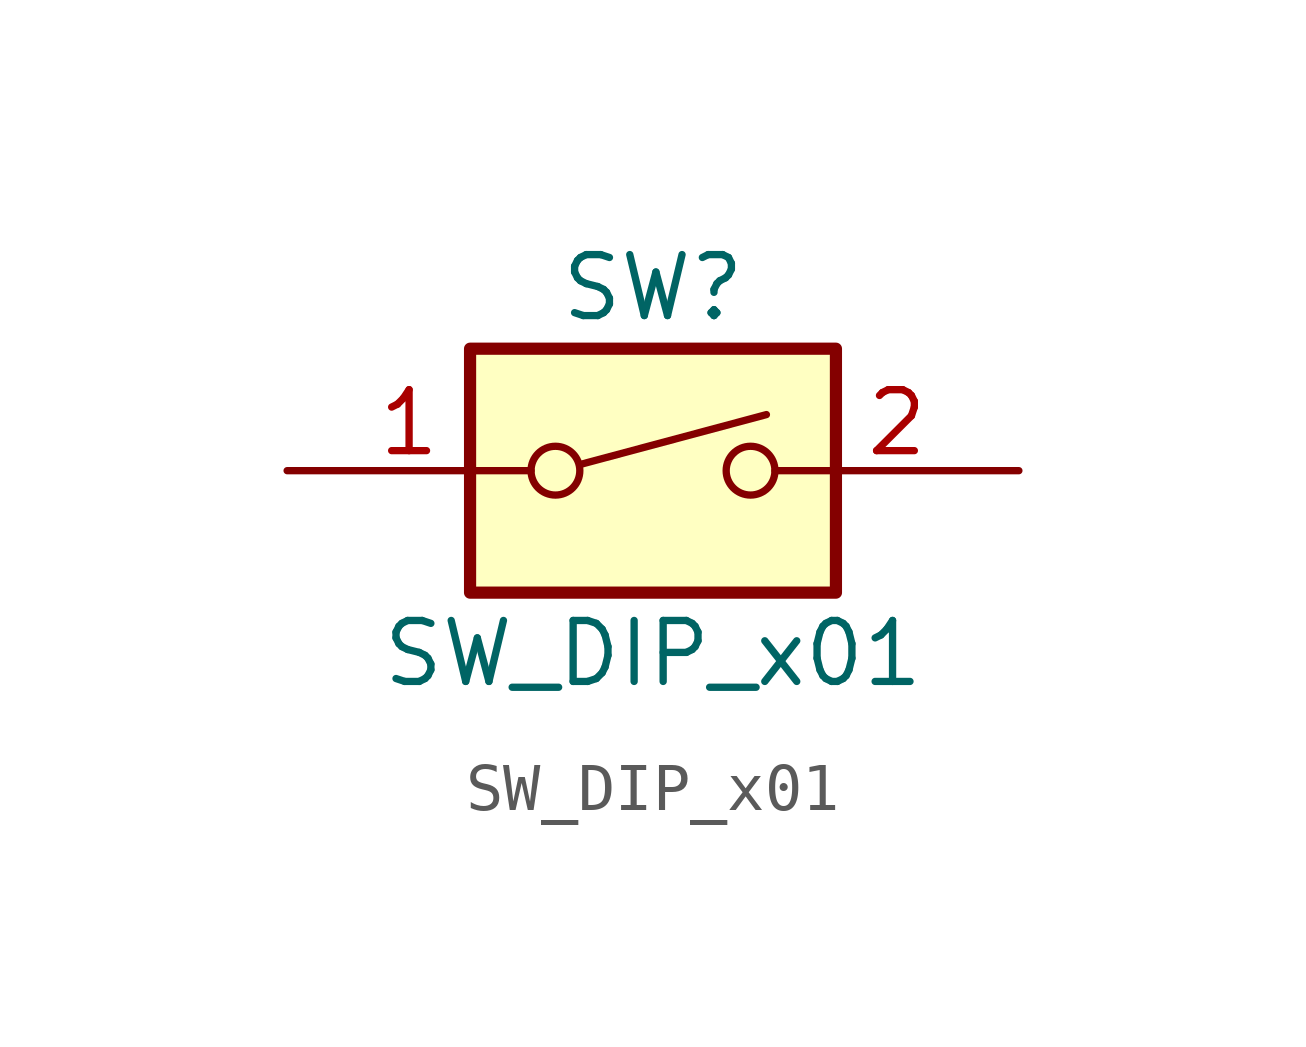
<source format=kicad_sym>
(kicad_symbol_lib
  (version 20220914)
  (generator kicad_symbol_editor)
  (symbol "SW_DIP_x01"
    (pin_names
      (offset 0) hide)
    (property "Reference" "SW"
      (at 21.59 -2.54 0)
      (effects (font (size 1.27 1.27))))
    (property "Value" "SW_DIP_x01"
      (at 21.59 -10.16 0)
      (effects (font (size 1.27 1.27))))
    (symbol "SW_DIP_x01_0_0"
      (polyline (pts (xy 20.066 -6.223) (xy 23.952 -5.182)) (stroke (width 0) (type default)) (fill (type none)))
      (circle (center 19.558 -6.35) (radius 0.508) (stroke (width 0) (type default)) (fill (type none)))
      (circle (center 23.622 -6.35) (radius 0.508) (stroke (width 0) (type default)) (fill (type none))))
    (symbol "SW_DIP_x01_0_1"
      (rectangle (start 17.78 -3.81) (end 25.4 -8.89) (stroke (width 0.254) (type default)) (fill (type background))))
    (symbol "SW_DIP_x01_1_1"
      (pin passive line (at 13.97 -6.35 0) (length 5.08) (name "~" (effects (font (size 1.27 1.27)))) (number "1" (effects (font (size 1.27 1.27)))))
      (pin passive line (at 29.21 -6.35 180) (length 5.08) (name "~" (effects (font (size 1.27 1.27)))) (number "2" (effects (font (size 1.27 1.27))))))))
</source>
